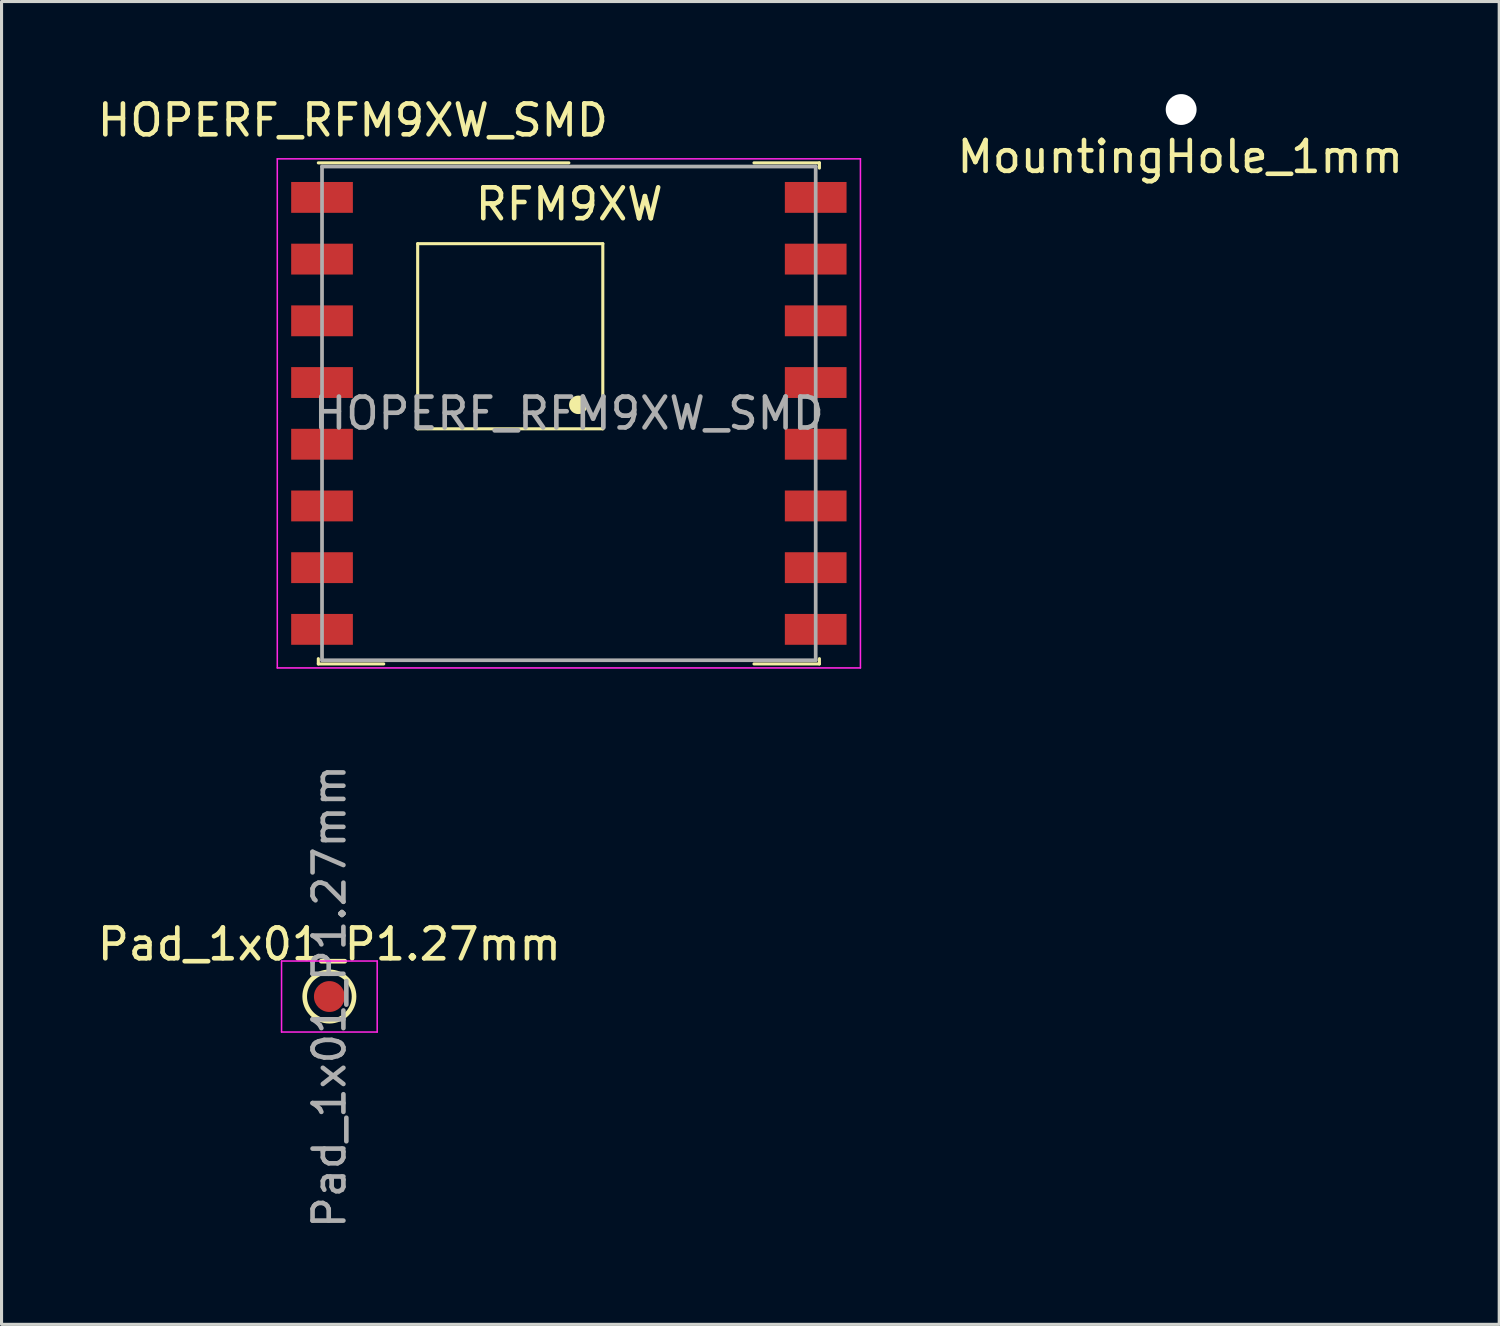
<source format=kicad_pcb>
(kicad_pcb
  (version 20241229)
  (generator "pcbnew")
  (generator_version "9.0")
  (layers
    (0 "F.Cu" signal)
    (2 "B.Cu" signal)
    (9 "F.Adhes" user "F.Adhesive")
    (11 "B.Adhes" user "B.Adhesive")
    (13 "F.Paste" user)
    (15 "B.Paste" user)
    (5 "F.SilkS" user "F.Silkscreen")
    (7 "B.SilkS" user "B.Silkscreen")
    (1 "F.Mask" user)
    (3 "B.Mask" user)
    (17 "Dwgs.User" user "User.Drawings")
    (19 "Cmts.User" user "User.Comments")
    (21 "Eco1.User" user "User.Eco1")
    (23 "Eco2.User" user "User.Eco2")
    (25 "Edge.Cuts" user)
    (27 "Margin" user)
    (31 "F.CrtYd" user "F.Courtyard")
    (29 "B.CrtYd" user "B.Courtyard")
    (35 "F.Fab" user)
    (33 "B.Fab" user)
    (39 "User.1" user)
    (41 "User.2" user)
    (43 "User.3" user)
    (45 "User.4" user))
  (footprint "HOPERF_RFM9XW_SMD"
    (layer "F.Cu")
    (at 15.387 10.348)
    (property "Reference" "HOPERF_RFM9XW_SMD" (at -7 -9.5 0) (layer "F.SilkS") (effects (font (size 1 1) (thickness 0.15))))
    (attr smd)
    (fp_line (start -8.12 -8.12) (end 0 -8.12) (stroke (width 0.1) (type solid)) (layer "F.SilkS"))
    (fp_line (start -8.12 8.12) (end -8.12 7.95) (stroke (width 0.1) (type solid)) (layer "F.SilkS"))
    (fp_line (start -8.12 8.12) (end -6 8.12) (stroke (width 0.1) (type solid)) (layer "F.SilkS"))
    (fp_line (start -4.9 -5.5) (end 1.1 -5.5) (stroke (width 0.1) (type solid)) (layer "F.SilkS"))
    (fp_line (start -4.9 0.5) (end -4.9 -5.5) (stroke (width 0.1) (type solid)) (layer "F.SilkS"))
    (fp_line (start -4.9 0.5) (end 1.1 0.5) (stroke (width 0.1) (type solid)) (layer "F.SilkS"))
    (fp_line (start 1.1 -5.5) (end 1.1 0.5) (stroke (width 0.1) (type solid)) (layer "F.SilkS"))
    (fp_line (start 6 -8.12) (end 8.12 -8.12) (stroke (width 0.1) (type solid)) (layer "F.SilkS"))
    (fp_line (start 6 8.12) (end 8.12 8.12) (stroke (width 0.1) (type solid)) (layer "F.SilkS"))
    (fp_line (start 8.12 -8.12) (end 8.12 -7.95) (stroke (width 0.1) (type solid)) (layer "F.SilkS"))
    (fp_line (start 8.12 8.12) (end 8.12 7.95) (stroke (width 0.1) (type solid)) (layer "F.SilkS"))
    (fp_circle (center 0.307 -0.277) (end 0.457 -0.277) (stroke (width 0.3) (type solid)) (fill no) (layer "F.SilkS"))
    (fp_line (start -9.45 -8.25) (end 9.45 -8.25) (stroke (width 0.05) (type solid)) (layer "F.CrtYd"))
    (fp_line (start -9.45 8.25) (end -9.45 -8.25) (stroke (width 0.05) (type solid)) (layer "F.CrtYd"))
    (fp_line (start -9.45 8.25) (end 9.45 8.25) (stroke (width 0.05) (type solid)) (layer "F.CrtYd"))
    (fp_line (start 9.45 -8.25) (end 9.45 8.25) (stroke (width 0.05) (type solid)) (layer "F.CrtYd"))
    (fp_line (start -8 -8) (end 8 -8) (stroke (width 0.12) (type solid)) (layer "F.Fab"))
    (fp_line (start -8 8) (end -8 -8) (stroke (width 0.12) (type solid)) (layer "F.Fab"))
    (fp_line (start -8 8) (end 8 8) (stroke (width 0.12) (type solid)) (layer "F.Fab"))
    (fp_line (start 8 8) (end 8 -8) (stroke (width 0.12) (type solid)) (layer "F.Fab"))
    (fp_text user "RFM9XW" (at 0.013 -6.782 0) (layer "F.SilkS") (effects (font (size 1 1) (thickness 0.15))))
    (fp_text user "${REFERENCE}" (at 0 0 0) (layer "F.Fab") (effects (font (size 1 1) (thickness 0.15))))
    (pad "1" smd rect (at -8 -7) (size 2 1) (layers "F.Cu" "F.Mask" "F.Paste"))
    (pad "2" smd rect (at -8 -5) (size 2 1) (layers "F.Cu" "F.Mask" "F.Paste"))
    (pad "3" smd rect (at -8 -3) (size 2 1) (layers "F.Cu" "F.Mask" "F.Paste"))
    (pad "4" smd rect (at -8 -1) (size 2 1) (layers "F.Cu" "F.Mask" "F.Paste"))
    (pad "5" smd rect (at -8 1) (size 2 1) (layers "F.Cu" "F.Mask" "F.Paste"))
    (pad "6" smd rect (at -8 3) (size 2 1) (layers "F.Cu" "F.Mask" "F.Paste"))
    (pad "7" smd rect (at -8 5) (size 2 1) (layers "F.Cu" "F.Mask" "F.Paste"))
    (pad "8" smd rect (at -8 7) (size 2 1) (layers "F.Cu" "F.Mask" "F.Paste"))
    (pad "9" smd rect (at 8 7) (size 2 1) (layers "F.Cu" "F.Mask" "F.Paste"))
    (pad "10" smd rect (at 8 5) (size 2 1) (layers "F.Cu" "F.Mask" "F.Paste"))
    (pad "11" smd rect (at 8 3) (size 2 1) (layers "F.Cu" "F.Mask" "F.Paste"))
    (pad "12" smd rect (at 8 1) (size 2 1) (layers "F.Cu" "F.Mask" "F.Paste"))
    (pad "13" smd rect (at 8 -1) (size 2 1) (layers "F.Cu" "F.Mask" "F.Paste"))
    (pad "14" smd rect (at 8 -3) (size 2 1) (layers "F.Cu" "F.Mask" "F.Paste"))
    (pad "15" smd rect (at 8 -5) (size 2 1) (layers "F.Cu" "F.Mask" "F.Paste"))
    (pad "16" smd rect (at 8 -7) (size 2 1) (layers "F.Cu" "F.Mask" "F.Paste")))
  (footprint "MountingHole_1mm"
    (layer "F.Cu")
    (at 35.232 0.5)
    (property "Reference" "MountingHole_1mm" (at -0.03 1.532 0) (layer "F.SilkS") (effects (font (size 1 1) (thickness 0.15))))
    (attr through_hole)
    (pad "" np_thru_hole circle (at 0 0) (size 1 1) (drill 1) (layers "*.Cu" "*.Mask")))
  (footprint "Pad_1x01_P1.27mm"
    (layer "F.Cu")
    (at 7.625 29.248)
    (property "Reference" "Pad_1x01_P1.27mm" (at 0 -1.695 0) (layer "F.SilkS") (effects (font (size 1 1) (thickness 0.15))))
    (attr through_hole)
    (fp_circle (center 0 0) (end 0.8 0) (stroke (width 0.15) (type solid)) (fill no) (layer "F.SilkS"))
    (fp_line (start -1.55 -1.15) (end -1.55 1.15) (stroke (width 0.05) (type solid)) (layer "F.CrtYd"))
    (fp_line (start -1.55 1.15) (end 1.55 1.15) (stroke (width 0.05) (type solid)) (layer "F.CrtYd"))
    (fp_line (start 1.55 -1.15) (end -1.55 -1.15) (stroke (width 0.05) (type solid)) (layer "F.CrtYd"))
    (fp_line (start 1.55 1.15) (end 1.55 -1.15) (stroke (width 0.05) (type solid)) (layer "F.CrtYd"))
    (fp_text user "${REFERENCE}" (at 0 0 90) (layer "F.Fab") (effects (font (size 1 1) (thickness 0.15))))
    (pad "1" smd circle (at 0 0) (size 1 1) (layers "F.Cu" "F.Mask" "F.Paste")))
  (gr_rect
    (start -3 -3)
    (end 45.54 39.873)
    (stroke (width 0.1) (type default))
    (fill no)
    (layer "Edge.Cuts")))
</source>
